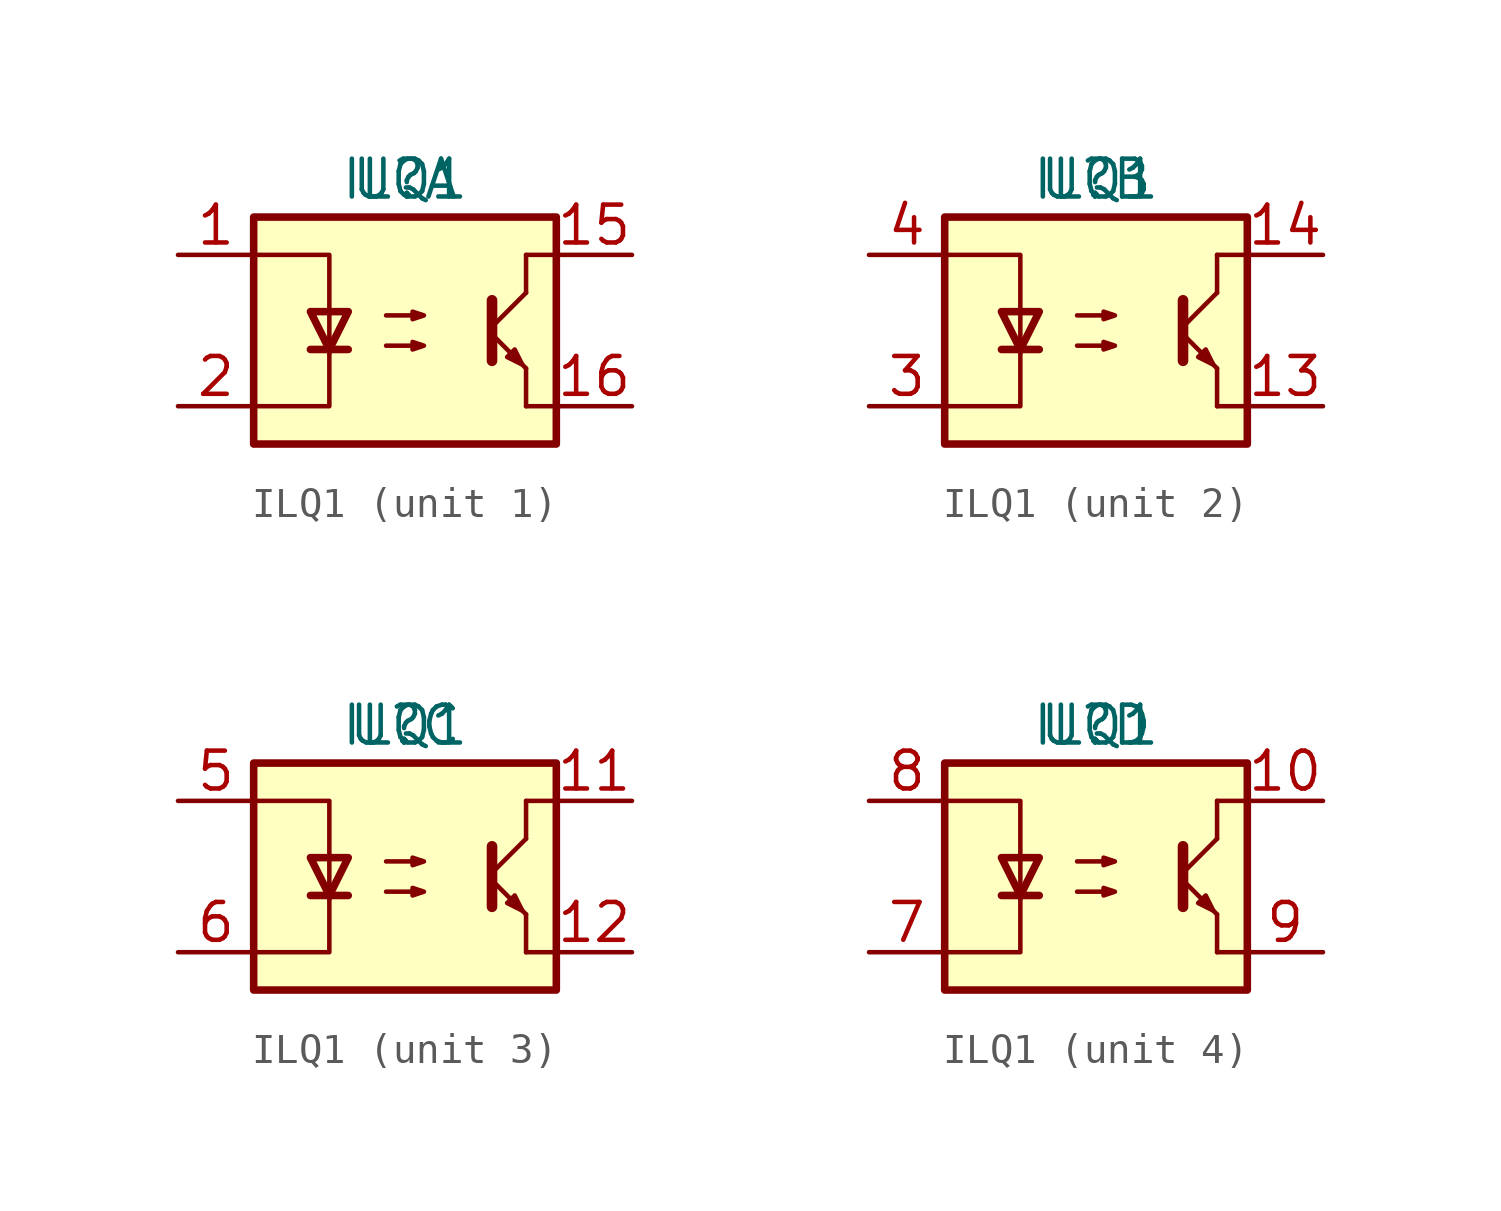
<source format=kicad_sym>
(kicad_symbol_lib
  (version 20231120)
  (generator "kicad_symbol_editor")
  (generator_version "8.0")
  (symbol "ILQ1"
    (property "Reference" "U"
      (at 0 0 0)
      (effects (font (size 1.27 1.27))))
    (property "Value" "ILQ1"
      (at 0 0 0)
      (effects (font (size 1.27 1.27))))
    (symbol "ILQ1_0_1"
      (rectangle (start -5.08 -1.27) (end 5.08 -8.89) (stroke (width 0.254) (type default)) (fill (type background)))
      (polyline (pts (xy -3.175 -5.715) (xy -1.905 -5.715)) (stroke (width 0.254) (type default)) (fill (type none)))
      (polyline (pts (xy 2.921 -5.207) (xy 4.064 -6.35)) (stroke (width 0) (type default)) (fill (type none)))
      (polyline (pts (xy 2.921 -4.953) (xy 4.064 -3.81)) (stroke (width 0) (type default)) (fill (type none)))
      (polyline (pts (xy 4.064 -7.62) (xy 5.08 -7.62)) (stroke (width 0) (type default)) (fill (type none)))
      (polyline (pts (xy 4.064 -6.35) (xy 4.064 -7.62)) (stroke (width 0) (type default)) (fill (type none)))
      (polyline (pts (xy 4.064 -3.81) (xy 4.064 -2.54)) (stroke (width 0) (type default)) (fill (type none)))
      (polyline (pts (xy 5.08 -2.54) (xy 4.064 -2.54)) (stroke (width 0) (type default)) (fill (type none)))
      (polyline (pts (xy -5.08 -2.54) (xy -2.54 -2.54) (xy -2.54 -5.842)) (stroke (width 0) (type default)) (fill (type none)))
      (polyline (pts (xy -2.54 -5.715) (xy -2.54 -7.62) (xy -5.08 -7.62)) (stroke (width 0) (type default)) (fill (type none)))
      (polyline (pts (xy 2.921 -4.064) (xy 2.921 -6.096) (xy 2.921 -6.096)) (stroke (width 0.356) (type default)) (fill (type none)))
      (polyline (pts (xy -2.54 -5.715) (xy -3.175 -4.445) (xy -1.905 -4.445) (xy -2.54 -5.715)) (stroke (width 0.254) (type default)) (fill (type none)))
      (polyline (pts (xy 3.937 -6.223) (xy 3.683 -5.715) (xy 3.429 -5.969) (xy 3.937 -6.223)) (stroke (width 0) (type default)) (fill (type none)))
      (polyline (pts (xy -0.635 -5.588) (xy 0.635 -5.588) (xy 0.254 -5.715) (xy 0.254 -5.461) (xy 0.635 -5.588)) (stroke (width 0) (type default)) (fill (type none)))
      (polyline (pts (xy -0.635 -4.572) (xy 0.635 -4.572) (xy 0.254 -4.699) (xy 0.254 -4.445) (xy 0.635 -4.572)) (stroke (width 0) (type default)) (fill (type none))))
    (symbol "ILQ1_1_1"
      (pin passive line (at -7.62 -2.54 0) (length 2.54) (name "~" (effects (font (size 1.27 1.27)))) (number "1" (effects (font (size 1.27 1.27)))))
      (pin passive line (at 7.62 -2.54 180) (length 2.54) (name "~" (effects (font (size 1.27 1.27)))) (number "15" (effects (font (size 1.27 1.27)))))
      (pin passive line (at 7.62 -7.62 180) (length 2.54) (name "~" (effects (font (size 1.27 1.27)))) (number "16" (effects (font (size 1.27 1.27)))))
      (pin passive line (at -7.62 -7.62 0) (length 2.54) (name "~" (effects (font (size 1.27 1.27)))) (number "2" (effects (font (size 1.27 1.27))))))
    (symbol "ILQ1_2_1"
      (pin passive line (at 7.62 -7.62 180) (length 2.54) (name "~" (effects (font (size 1.27 1.27)))) (number "13" (effects (font (size 1.27 1.27)))))
      (pin passive line (at 7.62 -2.54 180) (length 2.54) (name "~" (effects (font (size 1.27 1.27)))) (number "14" (effects (font (size 1.27 1.27)))))
      (pin passive line (at -7.62 -7.62 0) (length 2.54) (name "~" (effects (font (size 1.27 1.27)))) (number "3" (effects (font (size 1.27 1.27)))))
      (pin passive line (at -7.62 -2.54 0) (length 2.54) (name "~" (effects (font (size 1.27 1.27)))) (number "4" (effects (font (size 1.27 1.27))))))
    (symbol "ILQ1_3_1"
      (pin passive line (at 7.62 -2.54 180) (length 2.54) (name "~" (effects (font (size 1.27 1.27)))) (number "11" (effects (font (size 1.27 1.27)))))
      (pin passive line (at 7.62 -7.62 180) (length 2.54) (name "~" (effects (font (size 1.27 1.27)))) (number "12" (effects (font (size 1.27 1.27)))))
      (pin passive line (at -7.62 -2.54 0) (length 2.54) (name "~" (effects (font (size 1.27 1.27)))) (number "5" (effects (font (size 1.27 1.27)))))
      (pin passive line (at -7.62 -7.62 0) (length 2.54) (name "~" (effects (font (size 1.27 1.27)))) (number "6" (effects (font (size 1.27 1.27))))))
    (symbol "ILQ1_4_1"
      (pin passive line (at 7.62 -2.54 180) (length 2.54) (name "~" (effects (font (size 1.27 1.27)))) (number "10" (effects (font (size 1.27 1.27)))))
      (pin passive line (at -7.62 -7.62 0) (length 2.54) (name "~" (effects (font (size 1.27 1.27)))) (number "7" (effects (font (size 1.27 1.27)))))
      (pin passive line (at -7.62 -2.54 0) (length 2.54) (name "~" (effects (font (size 1.27 1.27)))) (number "8" (effects (font (size 1.27 1.27)))))
      (pin passive line (at 7.62 -7.62 180) (length 2.54) (name "~" (effects (font (size 1.27 1.27)))) (number "9" (effects (font (size 1.27 1.27))))))))
</source>
